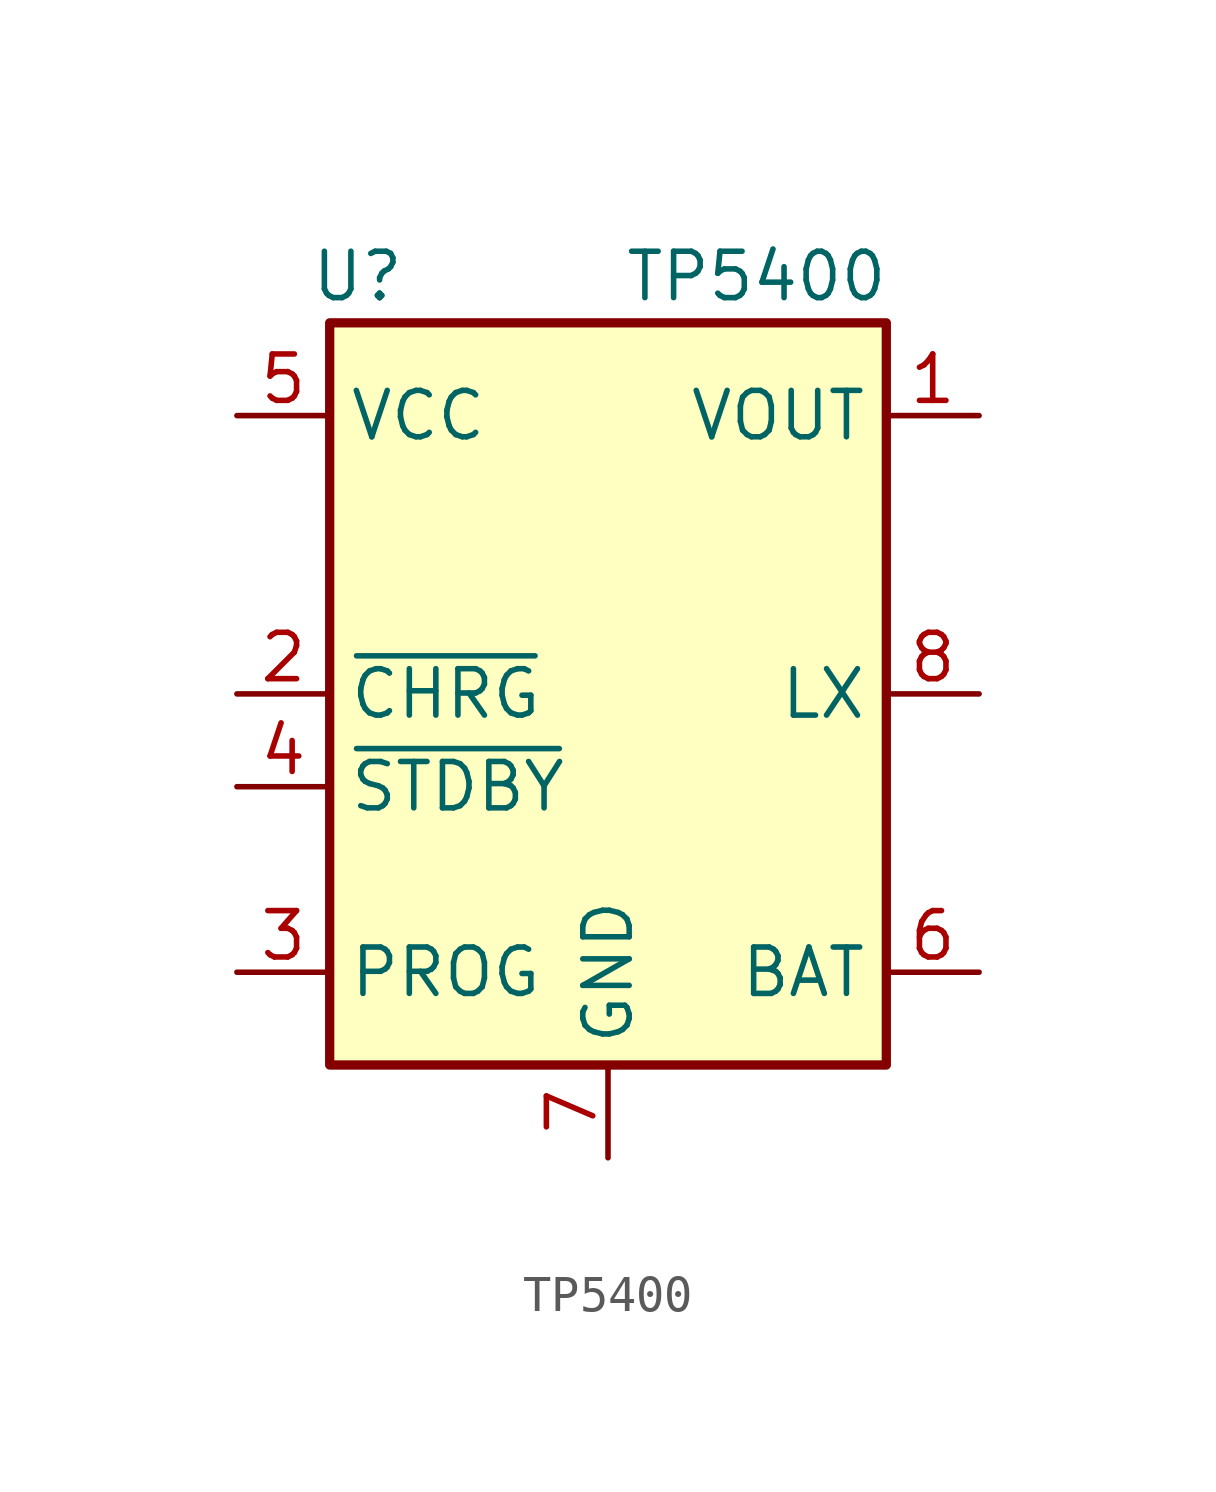
<source format=kicad_sym>
(kicad_symbol_lib
  (version 20231120)
  (generator "kicad_symbol_editor")
  (generator_version "8.0")
  (symbol "TP5400"
    (property "Reference" "U"
      (at -6.858 11.43 0)
      (effects (font (size 1.27 1.27))))
    (property "Value" "TP5400"
      (at 4.064 11.43 0)
      (effects (font (size 1.27 1.27))))
    (symbol "TP5400_1_1"
      (rectangle (start -7.62 10.16) (end 7.62 -10.16) (stroke (width 0.254) (type default)) (fill (type background)))
      (pin power_out line (at 10.16 7.62 180) (length 2.54) (name "VOUT" (effects (font (size 1.27 1.27)))) (number "1" (effects (font (size 1.27 1.27)))))
      (pin passive line (at -10.16 0 0) (length 2.54) (name "~{CHRG}" (effects (font (size 1.27 1.27)))) (number "2" (effects (font (size 1.27 1.27)))))
      (pin passive line (at -10.16 -7.62 0) (length 2.54) (name "PROG" (effects (font (size 1.27 1.27)))) (number "3" (effects (font (size 1.27 1.27)))))
      (pin passive line (at -10.16 -2.54 0) (length 2.54) (name "~{STDBY}" (effects (font (size 1.27 1.27)))) (number "4" (effects (font (size 1.27 1.27)))))
      (pin power_in line (at -10.16 7.62 0) (length 2.54) (name "VCC" (effects (font (size 1.27 1.27)))) (number "5" (effects (font (size 1.27 1.27)))))
      (pin power_out line (at 10.16 -7.62 180) (length 2.54) (name "BAT" (effects (font (size 1.27 1.27)))) (number "6" (effects (font (size 1.27 1.27)))))
      (pin power_in line (at 0 -12.7 90) (length 2.54) (name "GND" (effects (font (size 1.27 1.27)))) (number "7" (effects (font (size 1.27 1.27)))))
      (pin power_out line (at 10.16 0 180) (length 2.54) (name "LX" (effects (font (size 1.27 1.27)))) (number "8" (effects (font (size 1.27 1.27)))))
      (pin power_in line (at 0 -12.7 90) (length 2.54) hide (name "GND" (effects (font (size 1.27 1.27)))) (number "9" (effects (font (size 1.27 1.27))))))))
</source>
